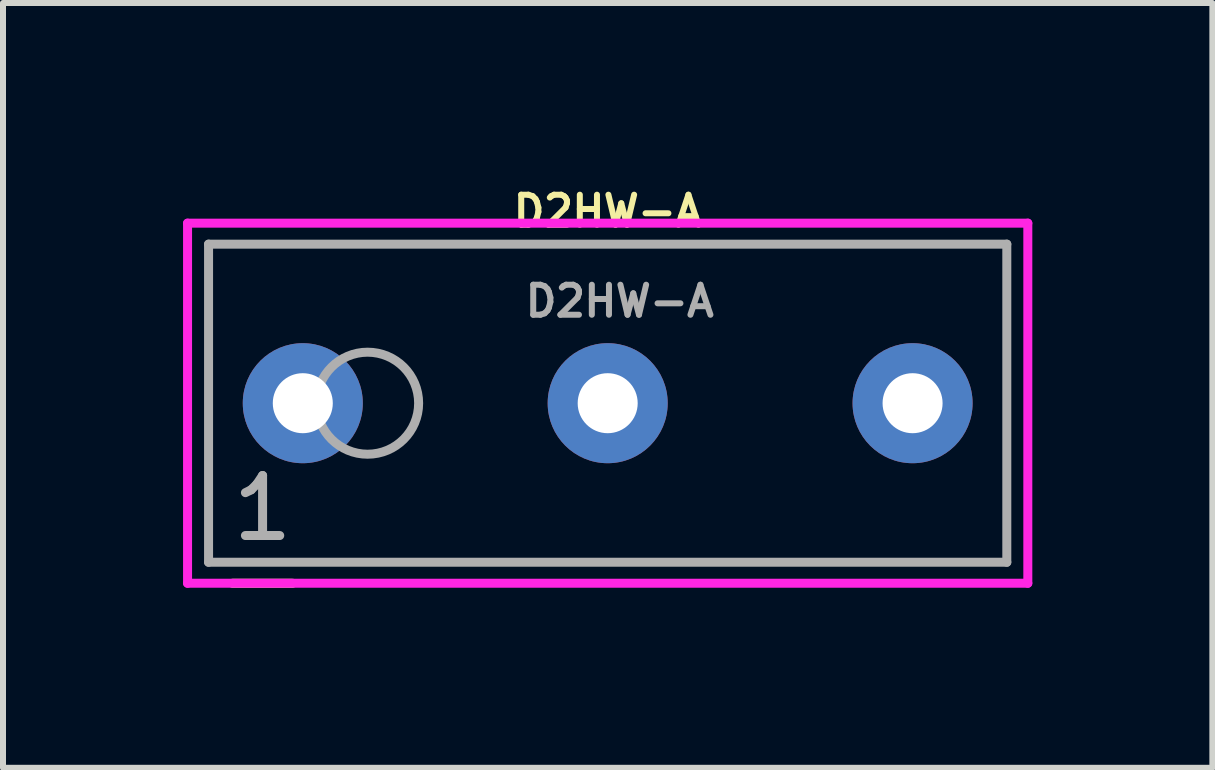
<source format=kicad_pcb>
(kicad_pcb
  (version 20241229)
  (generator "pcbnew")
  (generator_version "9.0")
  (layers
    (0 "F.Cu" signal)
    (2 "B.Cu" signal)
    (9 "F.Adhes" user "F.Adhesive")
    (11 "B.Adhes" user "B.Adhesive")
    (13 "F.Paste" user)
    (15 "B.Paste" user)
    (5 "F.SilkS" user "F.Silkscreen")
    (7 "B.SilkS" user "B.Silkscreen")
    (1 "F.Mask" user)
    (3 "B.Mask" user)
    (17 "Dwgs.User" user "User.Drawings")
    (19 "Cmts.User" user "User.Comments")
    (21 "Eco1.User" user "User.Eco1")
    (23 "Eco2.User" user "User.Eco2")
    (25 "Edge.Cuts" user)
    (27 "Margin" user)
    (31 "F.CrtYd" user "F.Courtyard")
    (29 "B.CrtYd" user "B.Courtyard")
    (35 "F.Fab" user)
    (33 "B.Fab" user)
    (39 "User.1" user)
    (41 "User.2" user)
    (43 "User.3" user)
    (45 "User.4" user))
  (footprint "D2HW-A"
    (layer "F.Cu")
    (at 7.075 3.668)
    (property "Reference" "D2HW-A" (at 0 -3.2 0) (layer "F.SilkS") (effects (font (size 0.5 0.5) (thickness 0.1))))
    (attr through_hole)
    (fp_line (start -6.25 3) (end -5.25 3) (stroke (width 0.15) (type solid)) (layer "F.SilkS"))
    (fp_line (start -7 -3) (end 7 -3) (stroke (width 0.15) (type solid)) (layer "F.CrtYd"))
    (fp_line (start -7 3) (end -7 -3) (stroke (width 0.15) (type solid)) (layer "F.CrtYd"))
    (fp_line (start 7 -3) (end 7 3) (stroke (width 0.15) (type solid)) (layer "F.CrtYd"))
    (fp_line (start 7 3) (end -7 3) (stroke (width 0.15) (type solid)) (layer "F.CrtYd"))
    (fp_line (start -6.65 -2.65) (end 6.65 -2.65) (stroke (width 0.15) (type solid)) (layer "F.Fab"))
    (fp_line (start -6.65 2.65) (end -6.65 -2.65) (stroke (width 0.15) (type solid)) (layer "F.Fab"))
    (fp_line (start 6.65 -2.65) (end 6.65 2.65) (stroke (width 0.15) (type solid)) (layer "F.Fab"))
    (fp_line (start 6.65 2.65) (end -6.65 2.65) (stroke (width 0.15) (type solid)) (layer "F.Fab"))
    (fp_circle (center -4 0) (end -4.85 0) (stroke (width 0.15) (type solid)) (fill no) (layer "F.Fab"))
    (fp_text user "${REFERENCE}" (at 0.2 -1.7 0) (layer "F.Fab") (effects (font (size 0.5 0.5) (thickness 0.1))))
    (fp_text user "1" (at -5.75 1.75 0) (layer "F.Fab") (effects (font (size 1 1) (thickness 0.15))))
    (pad "1" thru_hole circle (at -5.08 0) (size 2 2) (drill 1) (layers "*.Cu" "*.Mask"))
    (pad "2" thru_hole circle (at 0 0) (size 2 2) (drill 1) (layers "*.Cu" "*.Mask"))
    (pad "3" thru_hole circle (at 5.08 0) (size 2 2) (drill 1) (layers "*.Cu" "*.Mask")))
  (gr_rect
    (start -3 -3)
    (end 17.15 9.743)
    (stroke (width 0.1) (type default))
    (fill no)
    (layer "Edge.Cuts")))
</source>
